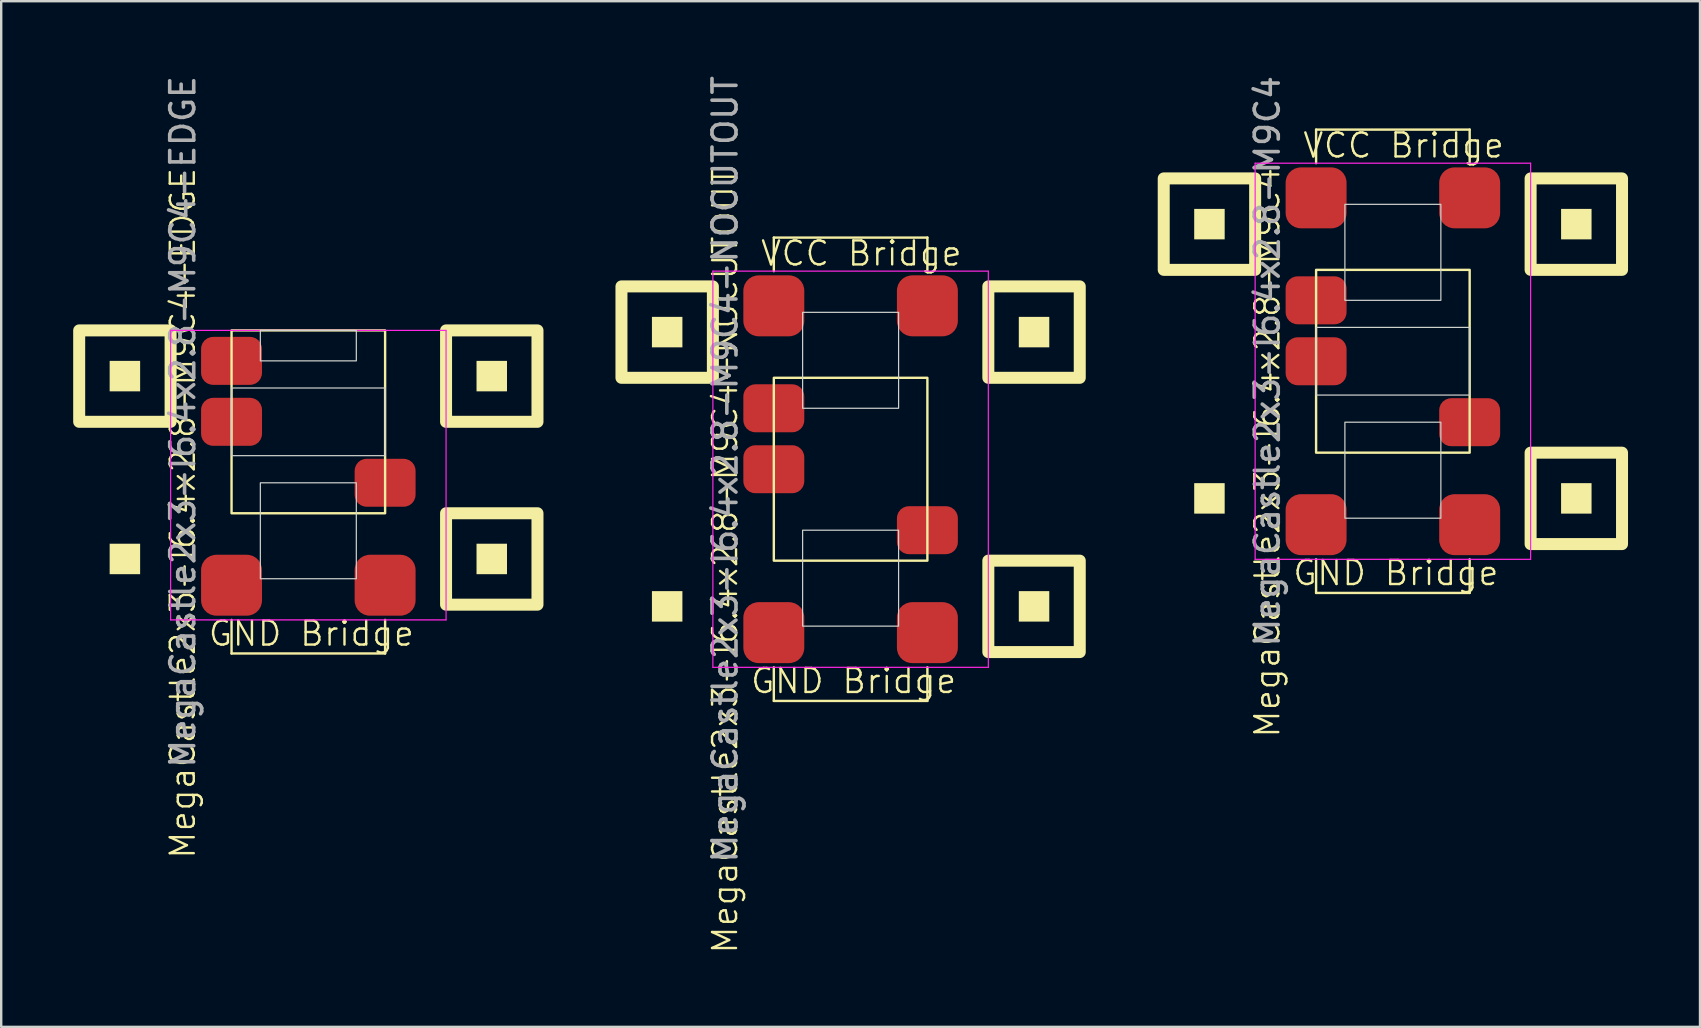
<source format=kicad_pcb>
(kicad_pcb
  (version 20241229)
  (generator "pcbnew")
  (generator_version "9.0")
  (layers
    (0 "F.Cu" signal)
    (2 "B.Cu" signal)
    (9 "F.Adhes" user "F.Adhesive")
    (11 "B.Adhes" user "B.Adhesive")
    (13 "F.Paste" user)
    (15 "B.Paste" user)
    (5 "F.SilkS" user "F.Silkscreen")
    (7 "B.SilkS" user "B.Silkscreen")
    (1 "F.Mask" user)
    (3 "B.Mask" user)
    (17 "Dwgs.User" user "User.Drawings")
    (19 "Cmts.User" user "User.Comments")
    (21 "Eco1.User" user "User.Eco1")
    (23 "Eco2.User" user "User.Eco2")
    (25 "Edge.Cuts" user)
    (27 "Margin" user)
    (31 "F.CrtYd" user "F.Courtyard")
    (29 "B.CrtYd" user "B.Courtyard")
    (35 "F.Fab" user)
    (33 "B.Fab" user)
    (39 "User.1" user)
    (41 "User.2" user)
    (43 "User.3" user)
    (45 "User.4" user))
  (footprint "MegaCastle2x3-I6.4x2.8-M9C4-EDGE"
    (layer "F.Cu")
    (at 9.8 14.53)
    (property "Reference" "MegaCastle2x3-I6.4x2.8-M9C4-EDGE" (at -5.232 3.81 90) (unlocked yes) (layer "F.SilkS") (effects (font (size 1 1) (thickness 0.1))))
    (attr smd)
    (fp_line (start -3.2 8.255) (end -3.2 9.655) (stroke (width 0.1) (type default)) (layer "F.SilkS"))
    (fp_line (start -3.2 9.655) (end 3.2 9.655) (stroke (width 0.1) (type default)) (layer "F.SilkS"))
    (fp_line (start 3.2 8.255) (end 3.2 9.655) (stroke (width 0.1) (type default)) (layer "F.SilkS"))
    (fp_rect (start -7.01 -1.27) (end -8.28 -2.54) (stroke (width 0) (type solid)) (fill yes) (layer "F.SilkS"))
    (fp_rect (start -7.01 6.35) (end -8.28 5.08) (stroke (width 0) (type solid)) (fill yes) (layer "F.SilkS"))
    (fp_rect (start -5.74 0) (end -9.55 -3.81) (stroke (width 0.5) (type default)) (fill no) (layer "F.SilkS"))
    (fp_rect (start -3.2 -3.81) (end 3.2 3.81) (stroke (width 0.1) (type default)) (fill no) (layer "F.SilkS"))
    (fp_rect (start 8.28 -1.27) (end 7.01 -2.54) (stroke (width 0) (type solid)) (fill yes) (layer "F.SilkS"))
    (fp_rect (start 8.28 6.35) (end 7.01 5.08) (stroke (width 0) (type solid)) (fill yes) (layer "F.SilkS"))
    (fp_rect (start 9.55 0) (end 5.74 -3.81) (stroke (width 0.5) (type default)) (fill no) (layer "F.SilkS"))
    (fp_rect (start 9.55 7.62) (end 5.74 3.81) (stroke (width 0.5) (type default)) (fill no) (layer "F.SilkS"))
    (fp_rect (start -3.2 -1.41) (end 3.2 1.41) (stroke (width 0.05) (type default)) (fill no) (layer "Edge.Cuts"))
    (fp_rect (start -2 -2.54) (end 2 -3.81) (stroke (width 0.05) (type default)) (fill no) (layer "Edge.Cuts"))
    (fp_rect (start -2 2.54) (end 2 6.54) (stroke (width 0.05) (type default)) (fill no) (layer "Edge.Cuts"))
    (fp_line (start -5.74 -3.81) (end -5.74 8.255) (stroke (width 0.05) (type default)) (layer "F.CrtYd"))
    (fp_line (start -5.74 8.255) (end 5.74 8.255) (stroke (width 0.05) (type default)) (layer "F.CrtYd"))
    (fp_line (start 5.74 -3.81) (end -5.74 -3.81) (stroke (width 0.05) (type default)) (layer "F.CrtYd"))
    (fp_line (start 5.74 -3.81) (end 5.74 8.255) (stroke (width 0.05) (type default)) (layer "F.CrtYd"))
    (fp_text user "GND Bridge" (at -4.226 9.41 0) (unlocked yes) (layer "F.SilkS") (effects (font (size 1 1) (thickness 0.1)) (justify left bottom)))
    (fp_text user "${REFERENCE}" (at -5.232 0 90) (unlocked yes) (layer "F.Fab") (effects (font (size 1 1) (thickness 0.15))))
    (pad "1" smd roundrect (at -3.2 -2.54) (size 2.54 2) (layers "F.Cu" "F.Mask" "F.Paste") (roundrect_rratio 0.25))
    (pad "2" smd roundrect (at -3.2 0) (size 2.54 2) (layers "F.Cu" "F.Mask" "F.Paste") (roundrect_rratio 0.25))
    (pad "6" smd roundrect (at 3.2 2.54) (size 2.54 2) (layers "F.Cu" "F.Mask" "F.Paste") (roundrect_rratio 0.25))
    (pad "B1" smd roundrect (at -3.2 6.81) (size 2.54 2.54) (layers "F.Cu" "F.Mask" "F.Paste") (roundrect_rratio 0.25))
    (pad "B2" smd roundrect (at 3.2 6.81) (size 2.54 2.54) (layers "F.Cu" "F.Mask" "F.Paste") (roundrect_rratio 0.25)))
  (footprint "MegaCastle2x3-I6.4x2.8-M9C4"
    (layer "F.Cu")
    (at 55 12.006)
    (property "Reference" "MegaCastle2x3-I6.4x2.8-M9C4" (at -5.232 3.81 90) (unlocked yes) (layer "F.SilkS") (effects (font (size 1 1) (thickness 0.1))))
    (attr smd)
    (fp_line (start -3.2 -9.655) (end 3.2 -9.655) (stroke (width 0.1) (type default)) (layer "F.SilkS"))
    (fp_line (start -3.2 -8.255) (end -3.2 -9.655) (stroke (width 0.1) (type default)) (layer "F.SilkS"))
    (fp_line (start -3.2 8.255) (end -3.2 9.655) (stroke (width 0.1) (type default)) (layer "F.SilkS"))
    (fp_line (start -3.2 9.655) (end 3.2 9.655) (stroke (width 0.1) (type default)) (layer "F.SilkS"))
    (fp_line (start 3.2 -8.255) (end 3.2 -9.655) (stroke (width 0.1) (type default)) (layer "F.SilkS"))
    (fp_line (start 3.2 8.255) (end 3.2 9.655) (stroke (width 0.1) (type default)) (layer "F.SilkS"))
    (fp_rect (start -7.01 -5.08) (end -8.28 -6.35) (stroke (width 0) (type solid)) (fill yes) (layer "F.SilkS"))
    (fp_rect (start -7.01 6.35) (end -8.28 5.08) (stroke (width 0) (type solid)) (fill yes) (layer "F.SilkS"))
    (fp_rect (start -5.74 -3.81) (end -9.55 -7.62) (stroke (width 0.5) (type default)) (fill no) (layer "F.SilkS"))
    (fp_rect (start -3.2 -3.81) (end 3.2 3.81) (stroke (width 0.1) (type default)) (fill no) (layer "F.SilkS"))
    (fp_rect (start 8.28 -5.08) (end 7.01 -6.35) (stroke (width 0) (type solid)) (fill yes) (layer "F.SilkS"))
    (fp_rect (start 8.28 6.35) (end 7.01 5.08) (stroke (width 0) (type solid)) (fill yes) (layer "F.SilkS"))
    (fp_rect (start 9.55 -3.81) (end 5.74 -7.62) (stroke (width 0.5) (type default)) (fill no) (layer "F.SilkS"))
    (fp_rect (start 9.55 7.62) (end 5.74 3.81) (stroke (width 0.5) (type default)) (fill no) (layer "F.SilkS"))
    (fp_rect (start -3.2 -1.41) (end 3.2 1.41) (stroke (width 0.05) (type default)) (fill no) (layer "Edge.Cuts"))
    (fp_rect (start -2 -2.54) (end 2 -6.54) (stroke (width 0.05) (type default)) (fill no) (layer "Edge.Cuts"))
    (fp_rect (start -2 2.54) (end 2 6.54) (stroke (width 0.05) (type default)) (fill no) (layer "Edge.Cuts"))
    (fp_line (start -5.74 -8.255) (end -5.74 8.255) (stroke (width 0.05) (type default)) (layer "F.CrtYd"))
    (fp_line (start -5.74 8.255) (end 5.74 8.255) (stroke (width 0.05) (type default)) (layer "F.CrtYd"))
    (fp_line (start 5.74 -8.255) (end -5.74 -8.255) (stroke (width 0.05) (type default)) (layer "F.CrtYd"))
    (fp_line (start 5.74 -8.255) (end 5.74 8.255) (stroke (width 0.05) (type default)) (layer "F.CrtYd"))
    (fp_text user "GND Bridge" (at -4.226 9.41 0) (unlocked yes) (layer "F.SilkS") (effects (font (size 1 1) (thickness 0.1)) (justify left bottom)))
    (fp_text user "VCC Bridge" (at -3.81 -8.41 0) (unlocked yes) (layer "F.SilkS") (effects (font (size 1 1) (thickness 0.1)) (justify left bottom)))
    (fp_text user "${REFERENCE}" (at -5.232 0 90) (unlocked yes) (layer "F.Fab") (effects (font (size 1 1) (thickness 0.15))))
    (pad "1" smd roundrect (at -3.2 -2.54) (size 2.54 2) (layers "F.Cu" "F.Mask" "F.Paste") (roundrect_rratio 0.25))
    (pad "2" smd roundrect (at -3.2 0) (size 2.54 2) (layers "F.Cu" "F.Mask" "F.Paste") (roundrect_rratio 0.25))
    (pad "6" smd roundrect (at 3.2 2.54) (size 2.54 2) (layers "F.Cu" "F.Mask" "F.Paste") (roundrect_rratio 0.25))
    (pad "A1" smd roundrect (at -3.2 -6.81) (size 2.54 2.54) (layers "F.Cu" "F.Mask" "F.Paste") (roundrect_rratio 0.25))
    (pad "A2" smd roundrect (at 3.2 -6.81) (size 2.54 2.54) (layers "F.Cu" "F.Mask" "F.Paste") (roundrect_rratio 0.25))
    (pad "B1" smd roundrect (at -3.2 6.81) (size 2.54 2.54) (layers "F.Cu" "F.Mask" "F.Paste") (roundrect_rratio 0.25))
    (pad "B2" smd roundrect (at 3.2 6.81) (size 2.54 2.54) (layers "F.Cu" "F.Mask" "F.Paste") (roundrect_rratio 0.25)))
  (footprint "MegaCastle2x3-I6.4x2.8-M9C4-NOCUTOUT"
    (layer "F.Cu")
    (at 32.4 16.506)
    (property "Reference" "MegaCastle2x3-I6.4x2.8-M9C4-NOCUTOUT" (at -5.232 3.81 90) (unlocked yes) (layer "F.SilkS") (effects (font (size 1 1) (thickness 0.1))))
    (attr smd)
    (fp_line (start -3.2 -9.655) (end 3.2 -9.655) (stroke (width 0.1) (type default)) (layer "F.SilkS"))
    (fp_line (start -3.2 -8.255) (end -3.2 -9.655) (stroke (width 0.1) (type default)) (layer "F.SilkS"))
    (fp_line (start -3.2 8.255) (end -3.2 9.655) (stroke (width 0.1) (type default)) (layer "F.SilkS"))
    (fp_line (start -3.2 9.655) (end 3.2 9.655) (stroke (width 0.1) (type default)) (layer "F.SilkS"))
    (fp_line (start 3.2 -8.255) (end 3.2 -9.655) (stroke (width 0.1) (type default)) (layer "F.SilkS"))
    (fp_line (start 3.2 8.255) (end 3.2 9.655) (stroke (width 0.1) (type default)) (layer "F.SilkS"))
    (fp_rect (start -7.01 -5.08) (end -8.28 -6.35) (stroke (width 0) (type solid)) (fill yes) (layer "F.SilkS"))
    (fp_rect (start -7.01 6.35) (end -8.28 5.08) (stroke (width 0) (type solid)) (fill yes) (layer "F.SilkS"))
    (fp_rect (start -5.74 -3.81) (end -9.55 -7.62) (stroke (width 0.5) (type default)) (fill no) (layer "F.SilkS"))
    (fp_rect (start -3.2 -3.81) (end 3.2 3.81) (stroke (width 0.1) (type default)) (fill no) (layer "F.SilkS"))
    (fp_rect (start 8.28 -5.08) (end 7.01 -6.35) (stroke (width 0) (type solid)) (fill yes) (layer "F.SilkS"))
    (fp_rect (start 8.28 6.35) (end 7.01 5.08) (stroke (width 0) (type solid)) (fill yes) (layer "F.SilkS"))
    (fp_rect (start 9.55 -3.81) (end 5.74 -7.62) (stroke (width 0.5) (type default)) (fill no) (layer "F.SilkS"))
    (fp_rect (start 9.55 7.62) (end 5.74 3.81) (stroke (width 0.5) (type default)) (fill no) (layer "F.SilkS"))
    (fp_rect (start -2 -2.54) (end 2 -6.54) (stroke (width 0.05) (type default)) (fill no) (layer "Edge.Cuts"))
    (fp_rect (start -2 2.54) (end 2 6.54) (stroke (width 0.05) (type default)) (fill no) (layer "Edge.Cuts"))
    (fp_line (start -5.74 -8.255) (end -5.74 8.255) (stroke (width 0.05) (type default)) (layer "F.CrtYd"))
    (fp_line (start -5.74 8.255) (end 5.74 8.255) (stroke (width 0.05) (type default)) (layer "F.CrtYd"))
    (fp_line (start 5.74 -8.255) (end -5.74 -8.255) (stroke (width 0.05) (type default)) (layer "F.CrtYd"))
    (fp_line (start 5.74 -8.255) (end 5.74 8.255) (stroke (width 0.05) (type default)) (layer "F.CrtYd"))
    (fp_text user "GND Bridge" (at -4.226 9.41 0) (unlocked yes) (layer "F.SilkS") (effects (font (size 1 1) (thickness 0.1)) (justify left bottom)))
    (fp_text user "VCC Bridge" (at -3.81 -8.41 0) (unlocked yes) (layer "F.SilkS") (effects (font (size 1 1) (thickness 0.1)) (justify left bottom)))
    (fp_text user "${REFERENCE}" (at -5.232 0 90) (unlocked yes) (layer "F.Fab") (effects (font (size 1 1) (thickness 0.15))))
    (pad "1" smd roundrect (at -3.2 -2.54) (size 2.54 2) (layers "F.Cu" "F.Mask" "F.Paste") (roundrect_rratio 0.25))
    (pad "2" smd roundrect (at -3.2 0) (size 2.54 2) (layers "F.Cu" "F.Mask" "F.Paste") (roundrect_rratio 0.25))
    (pad "6" smd roundrect (at 3.2 2.54) (size 2.54 2) (layers "F.Cu" "F.Mask" "F.Paste") (roundrect_rratio 0.25))
    (pad "A1" smd roundrect (at -3.2 -6.81) (size 2.54 2.54) (layers "F.Cu" "F.Mask" "F.Paste") (roundrect_rratio 0.25))
    (pad "A2" smd roundrect (at 3.2 -6.81) (size 2.54 2.54) (layers "F.Cu" "F.Mask" "F.Paste") (roundrect_rratio 0.25))
    (pad "B1" smd roundrect (at -3.2 6.81) (size 2.54 2.54) (layers "F.Cu" "F.Mask" "F.Paste") (roundrect_rratio 0.25))
    (pad "B2" smd roundrect (at 3.2 6.81) (size 2.54 2.54) (layers "F.Cu" "F.Mask" "F.Paste") (roundrect_rratio 0.25)))
  (gr_rect
    (start -3 -3)
    (end 67.8 39.747)
    (stroke (width 0.1) (type default))
    (fill no)
    (layer "Edge.Cuts")))
</source>
